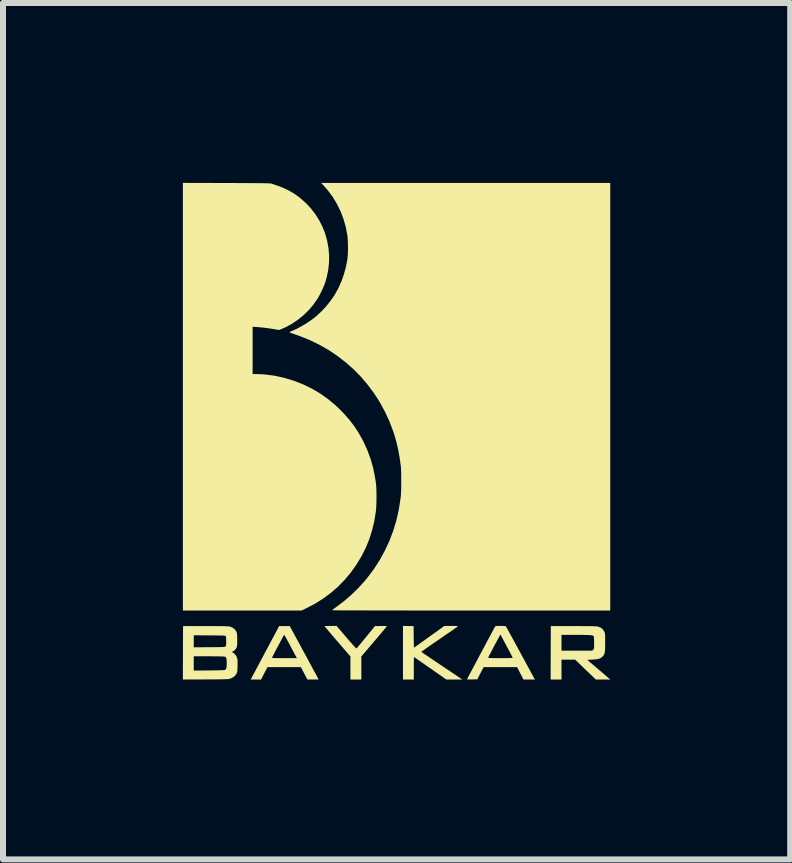
<source format=kicad_pcb>
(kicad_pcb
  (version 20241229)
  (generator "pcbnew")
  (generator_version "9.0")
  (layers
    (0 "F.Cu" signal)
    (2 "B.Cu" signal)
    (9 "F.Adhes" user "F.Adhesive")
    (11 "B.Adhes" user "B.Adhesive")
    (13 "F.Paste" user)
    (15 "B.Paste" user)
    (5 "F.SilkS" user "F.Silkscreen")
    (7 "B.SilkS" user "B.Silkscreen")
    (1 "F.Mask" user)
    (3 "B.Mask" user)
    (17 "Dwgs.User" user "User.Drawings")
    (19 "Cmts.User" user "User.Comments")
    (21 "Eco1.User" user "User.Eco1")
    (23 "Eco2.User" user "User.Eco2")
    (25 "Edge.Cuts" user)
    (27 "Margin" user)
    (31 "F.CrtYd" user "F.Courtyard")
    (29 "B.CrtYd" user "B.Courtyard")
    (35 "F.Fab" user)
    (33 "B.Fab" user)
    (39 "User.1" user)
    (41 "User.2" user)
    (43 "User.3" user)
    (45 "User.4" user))
  (footprint "LOGO"
    (layer "F.Cu")
    (at 3.557 4.157)
    (property "Reference" "LOGO" (at 1.5 0.5 0) (layer "F.SilkS") (effects (font (size 0.5 0.5) (thickness 0.125))))
    (attr board_only exclude_from_pos_files exclude_from_bom)
    (fp_poly (pts (xy -0.831 3.422) (xy -0.786 3.474) (xy -0.749 3.516) (xy -0.72 3.55) (xy -0.696 3.575) (xy -0.679 3.593) (xy -0.668 3.603) (xy -0.661 3.607) (xy -0.66 3.606) (xy -0.655 3.6) (xy -0.642 3.585) (xy -0.624 3.563) (xy -0.6 3.535) (xy -0.572 3.501) (xy -0.541 3.463) (xy -0.507 3.422) (xy -0.503 3.417) (xy -0.353 3.234) (xy -0.254 3.233) (xy -0.212 3.232) (xy -0.181 3.233) (xy -0.163 3.235) (xy -0.156 3.237) (xy -0.156 3.237) (xy -0.16 3.243) (xy -0.172 3.258) (xy -0.19 3.28) (xy -0.214 3.309) (xy -0.243 3.343) (xy -0.276 3.383) (xy -0.313 3.426) (xy -0.353 3.473) (xy -0.369 3.492) (xy -0.581 3.74) (xy -0.581 4.125) (xy -0.763 4.125) (xy -0.763 3.933) (xy -0.763 3.741) (xy -0.978 3.491) (xy -1.02 3.443) (xy -1.058 3.398) (xy -1.093 3.357) (xy -1.124 3.32) (xy -1.151 3.289) (xy -1.171 3.264) (xy -1.186 3.247) (xy -1.193 3.237) (xy -1.194 3.236) (xy -1.188 3.234) (xy -1.172 3.233) (xy -1.147 3.232) (xy -1.116 3.231) (xy -1.094 3.231) (xy -0.994 3.231)) (stroke (width 0) (type solid)) (fill yes) (layer "F.SilkS"))
    (fp_poly (pts (xy -1.534 3.677) (xy -1.497 3.746) (xy -1.462 3.812) (xy -1.428 3.873) (xy -1.398 3.93) (xy -1.37 3.981) (xy -1.346 4.025) (xy -1.326 4.062) (xy -1.311 4.091) (xy -1.3 4.111) (xy -1.295 4.122) (xy -1.294 4.123) (xy -1.3 4.124) (xy -1.316 4.124) (xy -1.341 4.125) (xy -1.371 4.125) (xy -1.387 4.125) (xy -1.481 4.125) (xy -1.589 3.919) (xy -1.868 3.919) (xy -2.147 3.919) (xy -2.2 4.022) (xy -2.253 4.125) (xy -2.426 4.125) (xy -2.386 4.048) (xy -2.376 4.03) (xy -2.36 4.001) (xy -2.34 3.963) (xy -2.316 3.918) (xy -2.289 3.867) (xy -2.259 3.81) (xy -2.232 3.761) (xy -2.071 3.761) (xy -2.07 3.763) (xy -2.065 3.765) (xy -2.055 3.766) (xy -2.039 3.767) (xy -2.017 3.768) (xy -1.986 3.768) (xy -1.945 3.769) (xy -1.893 3.769) (xy -1.866 3.769) (xy -1.655 3.769) (xy -1.674 3.736) (xy -1.681 3.722) (xy -1.694 3.699) (xy -1.71 3.668) (xy -1.73 3.631) (xy -1.752 3.59) (xy -1.774 3.547) (xy -1.779 3.539) (xy -1.8 3.498) (xy -1.821 3.461) (xy -1.838 3.429) (xy -1.853 3.404) (xy -1.863 3.387) (xy -1.869 3.38) (xy -1.869 3.379) (xy -1.873 3.386) (xy -1.882 3.402) (xy -1.895 3.425) (xy -1.911 3.456) (xy -1.93 3.492) (xy -1.951 3.531) (xy -1.973 3.573) (xy -1.996 3.615) (xy -2.018 3.657) (xy -2.038 3.697) (xy -2.057 3.733) (xy -2.07 3.758) (xy -2.071 3.761) (xy -2.232 3.761) (xy -2.226 3.75) (xy -2.193 3.686) (xy -2.158 3.621) (xy -2.148 3.603) (xy -1.952 3.234) (xy -1.775 3.234)) (stroke (width 0) (type solid)) (fill yes) (layer "F.SilkS"))
    (fp_poly (pts (xy 0.202 3.233) (xy 0.291 3.234) (xy 0.292 3.414) (xy 0.293 3.46) (xy 0.293 3.502) (xy 0.294 3.537) (xy 0.295 3.566) (xy 0.296 3.585) (xy 0.296 3.593) (xy 0.297 3.594) (xy 0.302 3.59) (xy 0.317 3.58) (xy 0.339 3.564) (xy 0.37 3.543) (xy 0.406 3.517) (xy 0.447 3.487) (xy 0.493 3.454) (xy 0.542 3.419) (xy 0.551 3.413) (xy 0.803 3.232) (xy 0.917 3.231) (xy 0.954 3.232) (xy 0.985 3.232) (xy 1.01 3.233) (xy 1.026 3.235) (xy 1.031 3.236) (xy 1.026 3.24) (xy 1.012 3.251) (xy 0.989 3.267) (xy 0.958 3.289) (xy 0.921 3.315) (xy 0.878 3.345) (xy 0.829 3.378) (xy 0.777 3.414) (xy 0.725 3.45) (xy 0.67 3.488) (xy 0.618 3.523) (xy 0.57 3.556) (xy 0.527 3.586) (xy 0.49 3.612) (xy 0.46 3.633) (xy 0.438 3.649) (xy 0.424 3.659) (xy 0.419 3.663) (xy 0.424 3.667) (xy 0.438 3.677) (xy 0.46 3.692) (xy 0.487 3.711) (xy 0.52 3.733) (xy 0.543 3.748) (xy 0.576 3.771) (xy 0.618 3.799) (xy 0.667 3.832) (xy 0.719 3.867) (xy 0.774 3.904) (xy 0.829 3.941) (xy 0.882 3.976) (xy 0.884 3.978) (xy 1.103 4.125) (xy 0.969 4.125) (xy 0.835 4.125) (xy 0.567 3.937) (xy 0.516 3.902) (xy 0.467 3.868) (xy 0.423 3.837) (xy 0.384 3.81) (xy 0.351 3.787) (xy 0.325 3.769) (xy 0.307 3.757) (xy 0.298 3.751) (xy 0.297 3.75) (xy 0.296 3.756) (xy 0.295 3.773) (xy 0.295 3.799) (xy 0.294 3.834) (xy 0.294 3.874) (xy 0.294 3.92) (xy 0.294 3.938) (xy 0.294 4.125) (xy 0.113 4.125) (xy 0.113 3.231)) (stroke (width 0) (type solid)) (fill yes) (layer "F.SilkS"))
    (fp_poly (pts (xy 3.04 3.234) (xy 3.111 3.235) (xy 3.172 3.235) (xy 3.223 3.235) (xy 3.264 3.236) (xy 3.298 3.237) (xy 3.324 3.238) (xy 3.344 3.239) (xy 3.358 3.241) (xy 3.368 3.243) (xy 3.409 3.259) (xy 3.442 3.284) (xy 3.466 3.318) (xy 3.469 3.324) (xy 3.474 3.335) (xy 3.478 3.346) (xy 3.481 3.357) (xy 3.483 3.371) (xy 3.484 3.389) (xy 3.485 3.414) (xy 3.485 3.446) (xy 3.485 3.489) (xy 3.485 3.506) (xy 3.485 3.561) (xy 3.484 3.605) (xy 3.482 3.639) (xy 3.479 3.666) (xy 3.475 3.688) (xy 3.468 3.705) (xy 3.46 3.72) (xy 3.449 3.734) (xy 3.447 3.736) (xy 3.428 3.755) (xy 3.406 3.77) (xy 3.379 3.78) (xy 3.345 3.787) (xy 3.302 3.792) (xy 3.273 3.793) (xy 3.186 3.797) (xy 3.379 3.961) (xy 3.571 4.125) (xy 3.329 4.125) (xy 3.157 3.96) (xy 2.985 3.794) (xy 2.871 3.794) (xy 2.757 3.794) (xy 2.757 4.125) (xy 2.576 4.125) (xy 2.577 3.68) (xy 2.577 3.644) (xy 2.757 3.644) (xy 3.27 3.644) (xy 3.285 3.628) (xy 3.291 3.622) (xy 3.295 3.615) (xy 3.298 3.606) (xy 3.3 3.592) (xy 3.301 3.571) (xy 3.301 3.541) (xy 3.301 3.515) (xy 3.3 3.481) (xy 3.299 3.45) (xy 3.298 3.426) (xy 3.296 3.41) (xy 3.295 3.406) (xy 3.291 3.4) (xy 3.285 3.395) (xy 3.276 3.391) (xy 3.263 3.388) (xy 3.244 3.386) (xy 3.22 3.384) (xy 3.187 3.383) (xy 3.146 3.382) (xy 3.096 3.381) (xy 3.034 3.381) (xy 3.003 3.381) (xy 2.757 3.381) (xy 2.757 3.644) (xy 2.577 3.644) (xy 2.579 3.234) (xy 2.957 3.234)) (stroke (width 0) (type solid)) (fill yes) (layer "F.SilkS"))
    (fp_poly (pts (xy 1.779 3.232) (xy 1.806 3.233) (xy 1.823 3.236) (xy 1.83 3.239) (xy 1.834 3.246) (xy 1.844 3.262) (xy 1.858 3.288) (xy 1.877 3.323) (xy 1.9 3.365) (xy 1.926 3.413) (xy 1.956 3.467) (xy 1.988 3.526) (xy 2.022 3.589) (xy 2.057 3.653) (xy 2.093 3.72) (xy 2.128 3.784) (xy 2.161 3.845) (xy 2.191 3.901) (xy 2.219 3.952) (xy 2.243 3.997) (xy 2.264 4.034) (xy 2.279 4.063) (xy 2.29 4.083) (xy 2.295 4.092) (xy 2.314 4.125) (xy 2.218 4.125) (xy 2.122 4.125) (xy 2.017 3.919) (xy 1.458 3.919) (xy 1.405 4.02) (xy 1.353 4.122) (xy 1.267 4.124) (xy 1.236 4.124) (xy 1.21 4.124) (xy 1.191 4.123) (xy 1.182 4.122) (xy 1.182 4.122) (xy 1.184 4.116) (xy 1.193 4.1) (xy 1.206 4.075) (xy 1.223 4.042) (xy 1.244 4.002) (xy 1.268 3.957) (xy 1.295 3.906) (xy 1.324 3.851) (xy 1.355 3.794) (xy 1.371 3.763) (xy 1.533 3.763) (xy 1.538 3.764) (xy 1.556 3.766) (xy 1.585 3.767) (xy 1.624 3.768) (xy 1.675 3.769) (xy 1.735 3.769) (xy 1.738 3.769) (xy 1.8 3.769) (xy 1.852 3.768) (xy 1.892 3.767) (xy 1.921 3.766) (xy 1.938 3.764) (xy 1.943 3.763) (xy 1.939 3.754) (xy 1.931 3.737) (xy 1.918 3.712) (xy 1.902 3.681) (xy 1.883 3.646) (xy 1.863 3.608) (xy 1.842 3.568) (xy 1.821 3.528) (xy 1.8 3.49) (xy 1.782 3.454) (xy 1.765 3.424) (xy 1.752 3.4) (xy 1.743 3.383) (xy 1.738 3.376) (xy 1.738 3.375) (xy 1.735 3.381) (xy 1.726 3.396) (xy 1.714 3.418) (xy 1.698 3.448) (xy 1.68 3.482) (xy 1.659 3.52) (xy 1.638 3.559) (xy 1.617 3.599) (xy 1.597 3.638) (xy 1.578 3.674) (xy 1.561 3.706) (xy 1.547 3.733) (xy 1.538 3.752) (xy 1.533 3.762) (xy 1.533 3.763) (xy 1.371 3.763) (xy 1.386 3.734) (xy 1.418 3.674) (xy 1.45 3.614) (xy 1.482 3.555) (xy 1.512 3.498) (xy 1.54 3.445) (xy 1.567 3.396) (xy 1.59 3.352) (xy 1.611 3.314) (xy 1.627 3.283) (xy 1.639 3.261) (xy 1.646 3.248) (xy 1.648 3.245) (xy 1.652 3.24) (xy 1.658 3.236) (xy 1.667 3.233) (xy 1.683 3.232) (xy 1.706 3.231) (xy 1.739 3.231) (xy 1.74 3.231)) (stroke (width 0) (type solid)) (fill yes) (layer "F.SilkS"))
    (fp_poly (pts (xy -2.827 -4.155) (xy -2.71 -4.155) (xy -2.605 -4.154) (xy -2.512 -4.154) (xy -2.429 -4.153) (xy -2.357 -4.153) (xy -2.294 -4.152) (xy -2.241 -4.152) (xy -2.196 -4.151) (xy -2.159 -4.15) (xy -2.13 -4.149) (xy -2.108 -4.149) (xy -2.092 -4.147) (xy -2.083 -4.146) (xy -2.079 -4.145) (xy -2.066 -4.14) (xy -2.044 -4.133) (xy -2.016 -4.123) (xy -1.985 -4.113) (xy -1.982 -4.112) (xy -1.892 -4.078) (xy -1.801 -4.035) (xy -1.712 -3.984) (xy -1.629 -3.927) (xy -1.604 -3.907) (xy -1.509 -3.824) (xy -1.424 -3.734) (xy -1.349 -3.636) (xy -1.284 -3.533) (xy -1.229 -3.425) (xy -1.185 -3.313) (xy -1.152 -3.196) (xy -1.13 -3.077) (xy -1.119 -2.956) (xy -1.12 -2.834) (xy -1.132 -2.711) (xy -1.157 -2.589) (xy -1.182 -2.5) (xy -1.198 -2.458) (xy -1.218 -2.409) (xy -1.242 -2.356) (xy -1.268 -2.305) (xy -1.293 -2.257) (xy -1.312 -2.225) (xy -1.379 -2.129) (xy -1.455 -2.039) (xy -1.54 -1.955) (xy -1.633 -1.879) (xy -1.731 -1.812) (xy -1.833 -1.755) (xy -1.915 -1.719) (xy -1.952 -1.704) (xy -2.056 -1.721) (xy -2.119 -1.731) (xy -2.174 -1.738) (xy -2.224 -1.744) (xy -2.273 -1.749) (xy -2.324 -1.753) (xy -2.33 -1.753) (xy -2.394 -1.758) (xy -2.394 -0.969) (xy -2.325 -0.969) (xy -2.275 -0.967) (xy -2.216 -0.964) (xy -2.154 -0.958) (xy -2.091 -0.95) (xy -2.033 -0.942) (xy -2.008 -0.937) (xy -1.849 -0.901) (xy -1.695 -0.853) (xy -1.548 -0.795) (xy -1.406 -0.726) (xy -1.27 -0.646) (xy -1.141 -0.555) (xy -1.019 -0.454) (xy -0.958 -0.397) (xy -0.863 -0.3) (xy -0.778 -0.203) (xy -0.702 -0.103) (xy -0.633 0.001) (xy -0.569 0.112) (xy -0.541 0.168) (xy -0.479 0.305) (xy -0.427 0.446) (xy -0.385 0.592) (xy -0.354 0.745) (xy -0.336 0.863) (xy -0.333 0.902) (xy -0.33 0.952) (xy -0.329 1.009) (xy -0.328 1.069) (xy -0.329 1.131) (xy -0.33 1.192) (xy -0.333 1.248) (xy -0.336 1.297) (xy -0.34 1.331) (xy -0.366 1.49) (xy -0.403 1.641) (xy -0.449 1.786) (xy -0.506 1.926) (xy -0.574 2.062) (xy -0.654 2.194) (xy -0.663 2.209) (xy -0.757 2.341) (xy -0.86 2.464) (xy -0.97 2.577) (xy -1.089 2.68) (xy -1.216 2.774) (xy -1.351 2.859) (xy -1.495 2.935) (xy -1.504 2.939) (xy -1.579 2.975) (xy -3.557 2.975) (xy -3.557 -4.157)) (stroke (width 0) (type solid)) (fill yes) (layer "F.SilkS"))
    (fp_poly (pts (xy 3.57 2.975) (xy 1.25 2.975) (xy 1.052 2.975) (xy 0.861 2.975) (xy 0.678 2.975) (xy 0.502 2.975) (xy 0.333 2.975) (xy 0.173 2.974) (xy 0.022 2.974) (xy -0.121 2.974) (xy -0.255 2.974) (xy -0.38 2.974) (xy -0.496 2.973) (xy -0.601 2.973) (xy -0.697 2.973) (xy -0.782 2.972) (xy -0.857 2.972) (xy -0.921 2.972) (xy -0.974 2.971) (xy -1.015 2.971) (xy -1.045 2.97) (xy -1.062 2.97) (xy -1.068 2.969) (xy -1.062 2.964) (xy -1.048 2.952) (xy -1.028 2.937) (xy -1.003 2.919) (xy -0.994 2.912) (xy -0.863 2.812) (xy -0.743 2.708) (xy -0.631 2.599) (xy -0.525 2.482) (xy -0.475 2.421) (xy -0.368 2.278) (xy -0.272 2.128) (xy -0.187 1.972) (xy -0.112 1.81) (xy -0.049 1.644) (xy 0.003 1.472) (xy 0.043 1.297) (xy 0.071 1.117) (xy 0.076 1.078) (xy 0.079 1.045) (xy 0.081 1.003) (xy 0.083 0.953) (xy 0.084 0.897) (xy 0.084 0.839) (xy 0.084 0.78) (xy 0.084 0.723) (xy 0.083 0.669) (xy 0.081 0.621) (xy 0.079 0.582) (xy 0.076 0.556) (xy 0.057 0.42) (xy 0.034 0.294) (xy 0.006 0.174) (xy -0.026 0.058) (xy -0.05 -0.015) (xy -0.114 -0.183) (xy -0.189 -0.344) (xy -0.273 -0.499) (xy -0.368 -0.647) (xy -0.472 -0.787) (xy -0.585 -0.92) (xy -0.707 -1.045) (xy -0.838 -1.161) (xy -0.976 -1.268) (xy -1.121 -1.366) (xy -1.274 -1.454) (xy -1.433 -1.532) (xy -1.599 -1.599) (xy -1.691 -1.632) (xy -1.721 -1.642) (xy -1.747 -1.651) (xy -1.767 -1.658) (xy -1.777 -1.663) (xy -1.778 -1.663) (xy -1.776 -1.669) (xy -1.765 -1.676) (xy -1.75 -1.683) (xy -1.667 -1.72) (xy -1.581 -1.765) (xy -1.497 -1.815) (xy -1.417 -1.869) (xy -1.346 -1.923) (xy -1.338 -1.93) (xy -1.262 -1.999) (xy -1.187 -2.077) (xy -1.117 -2.161) (xy -1.054 -2.247) (xy -1.024 -2.294) (xy -0.965 -2.399) (xy -0.914 -2.513) (xy -0.872 -2.633) (xy -0.838 -2.757) (xy -0.814 -2.883) (xy -0.812 -2.9) (xy -0.808 -2.94) (xy -0.805 -2.988) (xy -0.804 -3.043) (xy -0.804 -3.101) (xy -0.805 -3.158) (xy -0.808 -3.212) (xy -0.811 -3.259) (xy -0.815 -3.288) (xy -0.842 -3.426) (xy -0.88 -3.559) (xy -0.929 -3.686) (xy -0.989 -3.808) (xy -1.059 -3.924) (xy -1.14 -4.032) (xy -1.21 -4.112) (xy -1.252 -4.156) (xy 3.57 -4.156)) (stroke (width 0) (type solid)) (fill yes) (layer "F.SilkS"))
    (fp_poly (pts (xy -3.097 3.234) (xy -3.03 3.234) (xy -2.973 3.235) (xy -2.925 3.235) (xy -2.886 3.235) (xy -2.855 3.236) (xy -2.829 3.237) (xy -2.81 3.238) (xy -2.794 3.239) (xy -2.782 3.241) (xy -2.772 3.243) (xy -2.763 3.245) (xy -2.76 3.246) (xy -2.725 3.262) (xy -2.694 3.286) (xy -2.671 3.316) (xy -2.658 3.345) (xy -2.655 3.364) (xy -2.653 3.392) (xy -2.651 3.425) (xy -2.651 3.462) (xy -2.651 3.498) (xy -2.652 3.531) (xy -2.654 3.559) (xy -2.657 3.578) (xy -2.658 3.582) (xy -2.675 3.616) (xy -2.701 3.643) (xy -2.719 3.655) (xy -2.744 3.667) (xy -2.725 3.675) (xy -2.704 3.689) (xy -2.683 3.711) (xy -2.664 3.739) (xy -2.654 3.763) (xy -2.65 3.778) (xy -2.647 3.796) (xy -2.645 3.82) (xy -2.645 3.851) (xy -2.645 3.892) (xy -2.646 3.895) (xy -2.646 3.934) (xy -2.648 3.963) (xy -2.649 3.984) (xy -2.652 3.999) (xy -2.656 4.012) (xy -2.661 4.025) (xy -2.662 4.027) (xy -2.684 4.058) (xy -2.715 4.085) (xy -2.755 4.106) (xy -2.766 4.11) (xy -2.773 4.113) (xy -2.782 4.115) (xy -2.793 4.117) (xy -2.806 4.118) (xy -2.824 4.119) (xy -2.848 4.12) (xy -2.877 4.121) (xy -2.914 4.122) (xy -2.958 4.122) (xy -3.012 4.123) (xy -3.077 4.123) (xy -3.152 4.123) (xy -3.177 4.124) (xy -3.557 4.125) (xy -3.557 3.976) (xy -3.376 3.976) (xy -3.121 3.974) (xy -3.052 3.973) (xy -2.994 3.972) (xy -2.948 3.971) (xy -2.912 3.97) (xy -2.885 3.969) (xy -2.866 3.967) (xy -2.855 3.965) (xy -2.853 3.964) (xy -2.841 3.954) (xy -2.833 3.936) (xy -2.828 3.911) (xy -2.826 3.875) (xy -2.826 3.853) (xy -2.827 3.813) (xy -2.83 3.784) (xy -2.836 3.764) (xy -2.844 3.751) (xy -2.854 3.745) (xy -2.864 3.743) (xy -2.884 3.741) (xy -2.914 3.74) (xy -2.954 3.739) (xy -3.007 3.738) (xy -3.07 3.738) (xy -3.123 3.737) (xy -3.376 3.737) (xy -3.376 3.976) (xy -3.557 3.976) (xy -3.556 3.68) (xy -3.555 3.387) (xy -3.376 3.387) (xy -3.376 3.588) (xy -3.117 3.586) (xy -3.053 3.586) (xy -3 3.585) (xy -2.957 3.585) (xy -2.924 3.584) (xy -2.898 3.583) (xy -2.879 3.582) (xy -2.866 3.581) (xy -2.857 3.579) (xy -2.851 3.577) (xy -2.847 3.574) (xy -2.846 3.573) (xy -2.841 3.567) (xy -2.838 3.557) (xy -2.836 3.542) (xy -2.835 3.519) (xy -2.835 3.486) (xy -2.835 3.484) (xy -2.836 3.447) (xy -2.837 3.421) (xy -2.84 3.405) (xy -2.843 3.399) (xy -2.848 3.397) (xy -2.858 3.395) (xy -2.875 3.393) (xy -2.899 3.392) (xy -2.931 3.391) (xy -2.972 3.39) (xy -3.024 3.39) (xy -3.087 3.389) (xy -3.114 3.389) (xy -3.376 3.387) (xy -3.555 3.387) (xy -3.554 3.234) (xy -3.176 3.234)) (stroke (width 0) (type solid)) (fill yes) (layer "F.SilkS")))
  (gr_rect
    (start -3 -3)
    (end 10.128 11.282)
    (stroke (width 0.1) (type default))
    (fill no)
    (layer "Edge.Cuts")))
</source>
